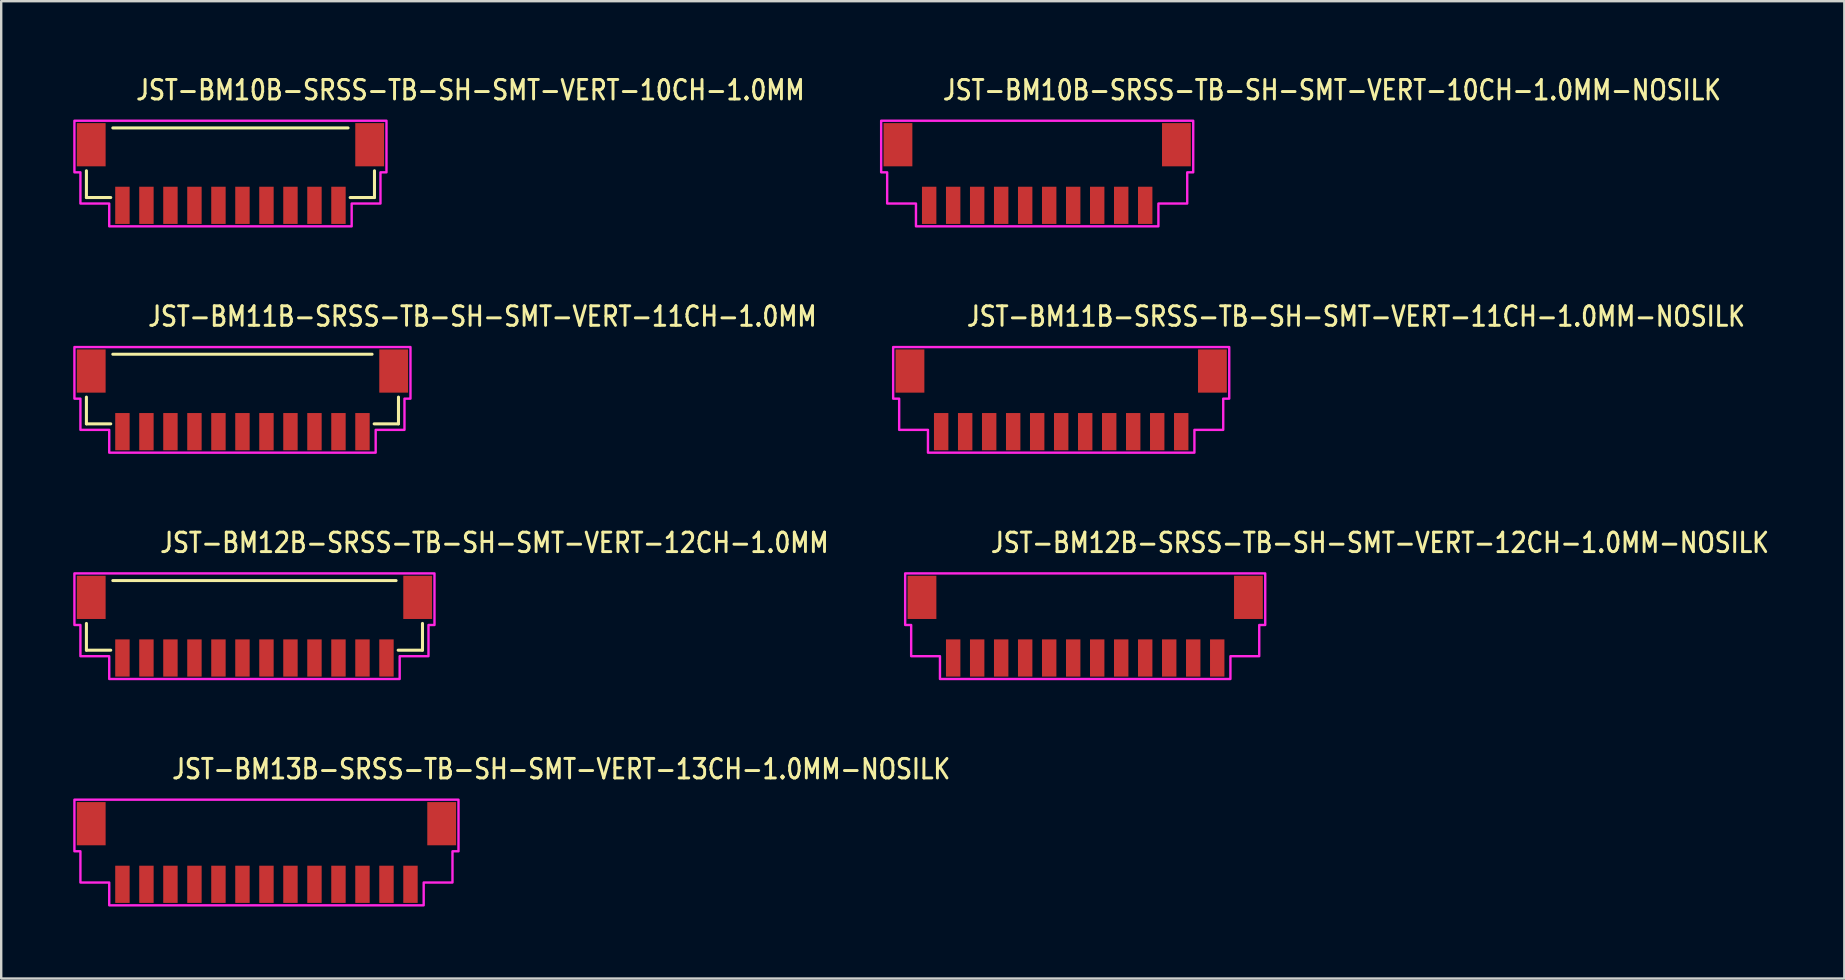
<source format=kicad_pcb>
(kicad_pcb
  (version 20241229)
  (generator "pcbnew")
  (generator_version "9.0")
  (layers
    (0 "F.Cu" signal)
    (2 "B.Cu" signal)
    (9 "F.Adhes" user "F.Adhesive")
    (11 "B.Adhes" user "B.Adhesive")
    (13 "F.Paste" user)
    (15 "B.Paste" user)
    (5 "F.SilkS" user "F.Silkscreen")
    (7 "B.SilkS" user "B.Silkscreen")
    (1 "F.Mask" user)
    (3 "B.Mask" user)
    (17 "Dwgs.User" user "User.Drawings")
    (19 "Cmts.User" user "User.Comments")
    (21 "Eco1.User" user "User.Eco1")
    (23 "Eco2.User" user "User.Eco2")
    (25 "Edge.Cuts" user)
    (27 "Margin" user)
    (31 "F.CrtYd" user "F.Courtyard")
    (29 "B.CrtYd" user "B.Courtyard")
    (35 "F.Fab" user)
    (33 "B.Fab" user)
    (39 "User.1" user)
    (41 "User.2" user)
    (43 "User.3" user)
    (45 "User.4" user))
  (footprint "JST-BM11B-SRSS-TB-SH-SMT-VERT-11CH-1.0MM"
    (layer "F.Cu")
    (at 7.05 13.607)
    (property "Reference" "JST-BM11B-SRSS-TB-SH-SMT-VERT-11CH-1.0MM" (at -4 -3 0) (unlocked yes) (layer "F.SilkS") (effects (font (size 0.813 0.695) (thickness 0.122)) (justify left bottom)))
    (fp_line (start -6.5 -0.114) (end -6.5 1) (stroke (width 0.127) (type solid)) (layer "F.SilkS"))
    (fp_line (start -6.5 1) (end -5.487 1) (stroke (width 0.127) (type solid)) (layer "F.SilkS"))
    (fp_line (start -5.4 -1.9) (end 5.4 -1.9) (stroke (width 0.127) (type solid)) (layer "F.SilkS"))
    (fp_line (start 5.487 1) (end 6.5 1) (stroke (width 0.127) (type solid)) (layer "F.SilkS"))
    (fp_line (start 6.5 1) (end 6.5 -0.114) (stroke (width 0.127) (type solid)) (layer "F.SilkS"))
    (fp_poly (pts (xy -7 -2.2) (xy -7 -0.05) (xy -6.75 -0.05) (xy -6.75 1.25) (xy -5.55 1.25) (xy -5.55 2.2) (xy 5.55 2.2) (xy 5.55 1.25) (xy 6.75 1.25) (xy 6.75 -0.05) (xy 7 -0.05) (xy 7 -2.2)) (stroke (width 0.1) (type solid)) (fill no) (layer "F.CrtYd"))
    (pad "1" smd rect (at -5 1.325) (size 0.6 1.55) (layers "F.Cu" "F.Mask" "F.Paste"))
    (pad "2" smd rect (at -4 1.325) (size 0.6 1.55) (layers "F.Cu" "F.Mask" "F.Paste"))
    (pad "3" smd rect (at -3 1.325) (size 0.6 1.55) (layers "F.Cu" "F.Mask" "F.Paste"))
    (pad "4" smd rect (at -2 1.325) (size 0.6 1.55) (layers "F.Cu" "F.Mask" "F.Paste"))
    (pad "5" smd rect (at -1 1.325) (size 0.6 1.55) (layers "F.Cu" "F.Mask" "F.Paste"))
    (pad "6" smd rect (at 0 1.325) (size 0.6 1.55) (layers "F.Cu" "F.Mask" "F.Paste"))
    (pad "7" smd rect (at 1 1.325) (size 0.6 1.55) (layers "F.Cu" "F.Mask" "F.Paste"))
    (pad "8" smd rect (at 2 1.325) (size 0.6 1.55) (layers "F.Cu" "F.Mask" "F.Paste"))
    (pad "9" smd rect (at 3 1.325) (size 0.6 1.55) (layers "F.Cu" "F.Mask" "F.Paste"))
    (pad "10" smd rect (at 4 1.325) (size 0.6 1.55) (layers "F.Cu" "F.Mask" "F.Paste"))
    (pad "11" smd rect (at 5 1.325) (size 0.6 1.55) (layers "F.Cu" "F.Mask" "F.Paste"))
    (pad "S_11" smd rect (at 6.3 -1.2) (size 1.2 1.8) (layers "F.Cu" "F.Mask" "F.Paste"))
    (pad "S_12" smd rect (at -6.3 -1.2) (size 1.2 1.8) (layers "F.Cu" "F.Mask" "F.Paste")))
  (footprint "JST-BM12B-SRSS-TB-SH-SMT-VERT-12CH-1.0MM-NOSILK"
    (layer "F.Cu")
    (at 42.158 23.036)
    (property "Reference" "JST-BM12B-SRSS-TB-SH-SMT-VERT-12CH-1.0MM-NOSILK" (at -4 -3 0) (unlocked yes) (layer "F.SilkS") (effects (font (size 0.813 0.695) (thickness 0.122)) (justify left bottom)))
    (fp_poly (pts (xy -7.5 -2.2) (xy -7.5 -0.05) (xy -7.25 -0.05) (xy -7.25 1.25) (xy -6.05 1.25) (xy -6.05 2.2) (xy 6.05 2.2) (xy 6.05 1.25) (xy 7.25 1.25) (xy 7.25 -0.05) (xy 7.5 -0.05) (xy 7.5 -2.2)) (stroke (width 0.1) (type solid)) (fill no) (layer "F.CrtYd"))
    (pad "1" smd rect (at -5.5 1.325) (size 0.6 1.55) (layers "F.Cu" "F.Mask" "F.Paste"))
    (pad "2" smd rect (at -4.5 1.325) (size 0.6 1.55) (layers "F.Cu" "F.Mask" "F.Paste"))
    (pad "3" smd rect (at -3.5 1.325) (size 0.6 1.55) (layers "F.Cu" "F.Mask" "F.Paste"))
    (pad "4" smd rect (at -2.5 1.325) (size 0.6 1.55) (layers "F.Cu" "F.Mask" "F.Paste"))
    (pad "5" smd rect (at -1.5 1.325) (size 0.6 1.55) (layers "F.Cu" "F.Mask" "F.Paste"))
    (pad "6" smd rect (at -0.5 1.325) (size 0.6 1.55) (layers "F.Cu" "F.Mask" "F.Paste"))
    (pad "7" smd rect (at 0.5 1.325) (size 0.6 1.55) (layers "F.Cu" "F.Mask" "F.Paste"))
    (pad "8" smd rect (at 1.5 1.325) (size 0.6 1.55) (layers "F.Cu" "F.Mask" "F.Paste"))
    (pad "9" smd rect (at 2.5 1.325) (size 0.6 1.55) (layers "F.Cu" "F.Mask" "F.Paste"))
    (pad "10" smd rect (at 3.5 1.325) (size 0.6 1.55) (layers "F.Cu" "F.Mask" "F.Paste"))
    (pad "11" smd rect (at 4.5 1.325) (size 0.6 1.55) (layers "F.Cu" "F.Mask" "F.Paste"))
    (pad "12" smd rect (at 5.5 1.325) (size 0.6 1.55) (layers "F.Cu" "F.Mask" "F.Paste"))
    (pad "S_12" smd rect (at 6.8 -1.2) (size 1.2 1.8) (layers "F.Cu" "F.Mask" "F.Paste"))
    (pad "S_13" smd rect (at -6.8 -1.2) (size 1.2 1.8) (layers "F.Cu" "F.Mask" "F.Paste")))
  (footprint "JST-BM13B-SRSS-TB-SH-SMT-VERT-13CH-1.0MM-NOSILK"
    (layer "F.Cu")
    (at 8.05 32.464)
    (property "Reference" "JST-BM13B-SRSS-TB-SH-SMT-VERT-13CH-1.0MM-NOSILK" (at -4 -3 0) (unlocked yes) (layer "F.SilkS") (effects (font (size 0.813 0.695) (thickness 0.122)) (justify left bottom)))
    (fp_poly (pts (xy -8 -2.2) (xy -8 -0.05) (xy -7.75 -0.05) (xy -7.75 1.25) (xy -6.55 1.25) (xy -6.55 2.2) (xy 6.55 2.2) (xy 6.55 1.25) (xy 7.75 1.25) (xy 7.75 -0.05) (xy 8 -0.05) (xy 8 -2.2)) (stroke (width 0.1) (type solid)) (fill no) (layer "F.CrtYd"))
    (pad "1" smd rect (at -6 1.325) (size 0.6 1.55) (layers "F.Cu" "F.Mask" "F.Paste"))
    (pad "2" smd rect (at -5 1.325) (size 0.6 1.55) (layers "F.Cu" "F.Mask" "F.Paste"))
    (pad "3" smd rect (at -4 1.325) (size 0.6 1.55) (layers "F.Cu" "F.Mask" "F.Paste"))
    (pad "4" smd rect (at -3 1.325) (size 0.6 1.55) (layers "F.Cu" "F.Mask" "F.Paste"))
    (pad "5" smd rect (at -2 1.325) (size 0.6 1.55) (layers "F.Cu" "F.Mask" "F.Paste"))
    (pad "6" smd rect (at -1 1.325) (size 0.6 1.55) (layers "F.Cu" "F.Mask" "F.Paste"))
    (pad "7" smd rect (at 0 1.325) (size 0.6 1.55) (layers "F.Cu" "F.Mask" "F.Paste"))
    (pad "8" smd rect (at 1 1.325) (size 0.6 1.55) (layers "F.Cu" "F.Mask" "F.Paste"))
    (pad "9" smd rect (at 2 1.325) (size 0.6 1.55) (layers "F.Cu" "F.Mask" "F.Paste"))
    (pad "10" smd rect (at 3 1.325) (size 0.6 1.55) (layers "F.Cu" "F.Mask" "F.Paste"))
    (pad "11" smd rect (at 4 1.325) (size 0.6 1.55) (layers "F.Cu" "F.Mask" "F.Paste"))
    (pad "12" smd rect (at 5 1.325) (size 0.6 1.55) (layers "F.Cu" "F.Mask" "F.Paste"))
    (pad "13" smd rect (at 6 1.325) (size 0.6 1.55) (layers "F.Cu" "F.Mask" "F.Paste"))
    (pad "S_13" smd rect (at 7.3 -1.2) (size 1.2 1.8) (layers "F.Cu" "F.Mask" "F.Paste"))
    (pad "S_14" smd rect (at -7.3 -1.2) (size 1.2 1.8) (layers "F.Cu" "F.Mask" "F.Paste")))
  (footprint "JST-BM10B-SRSS-TB-SH-SMT-VERT-10CH-1.0MM-NOSILK"
    (layer "F.Cu")
    (at 40.158 4.179)
    (property "Reference" "JST-BM10B-SRSS-TB-SH-SMT-VERT-10CH-1.0MM-NOSILK" (at -4 -3 0) (unlocked yes) (layer "F.SilkS") (effects (font (size 0.813 0.695) (thickness 0.122)) (justify left bottom)))
    (fp_poly (pts (xy -6.5 -2.2) (xy -6.5 -0.05) (xy -6.25 -0.05) (xy -6.25 1.25) (xy -5.05 1.25) (xy -5.05 2.2) (xy 5.05 2.2) (xy 5.05 1.25) (xy 6.25 1.25) (xy 6.25 -0.05) (xy 6.5 -0.05) (xy 6.5 -2.2)) (stroke (width 0.1) (type solid)) (fill no) (layer "F.CrtYd"))
    (pad "1" smd rect (at -4.5 1.325) (size 0.6 1.55) (layers "F.Cu" "F.Mask" "F.Paste"))
    (pad "2" smd rect (at -3.5 1.325) (size 0.6 1.55) (layers "F.Cu" "F.Mask" "F.Paste"))
    (pad "3" smd rect (at -2.5 1.325) (size 0.6 1.55) (layers "F.Cu" "F.Mask" "F.Paste"))
    (pad "4" smd rect (at -1.5 1.325) (size 0.6 1.55) (layers "F.Cu" "F.Mask" "F.Paste"))
    (pad "5" smd rect (at -0.5 1.325) (size 0.6 1.55) (layers "F.Cu" "F.Mask" "F.Paste"))
    (pad "6" smd rect (at 0.5 1.325) (size 0.6 1.55) (layers "F.Cu" "F.Mask" "F.Paste"))
    (pad "7" smd rect (at 1.5 1.325) (size 0.6 1.55) (layers "F.Cu" "F.Mask" "F.Paste"))
    (pad "8" smd rect (at 2.5 1.325) (size 0.6 1.55) (layers "F.Cu" "F.Mask" "F.Paste"))
    (pad "9" smd rect (at 3.5 1.325) (size 0.6 1.55) (layers "F.Cu" "F.Mask" "F.Paste"))
    (pad "10" smd rect (at 4.5 1.325) (size 0.6 1.55) (layers "F.Cu" "F.Mask" "F.Paste"))
    (pad "S_10" smd rect (at 5.8 -1.2) (size 1.2 1.8) (layers "F.Cu" "F.Mask" "F.Paste"))
    (pad "S_11" smd rect (at -5.8 -1.2) (size 1.2 1.8) (layers "F.Cu" "F.Mask" "F.Paste")))
  (footprint "JST-BM12B-SRSS-TB-SH-SMT-VERT-12CH-1.0MM"
    (layer "F.Cu")
    (at 7.55 23.036)
    (property "Reference" "JST-BM12B-SRSS-TB-SH-SMT-VERT-12CH-1.0MM" (at -4 -3 0) (unlocked yes) (layer "F.SilkS") (effects (font (size 0.813 0.695) (thickness 0.122)) (justify left bottom)))
    (fp_line (start -7 -0.114) (end -7 1) (stroke (width 0.127) (type solid)) (layer "F.SilkS"))
    (fp_line (start -7 1) (end -5.987 1) (stroke (width 0.127) (type solid)) (layer "F.SilkS"))
    (fp_line (start -5.9 -1.9) (end 5.9 -1.9) (stroke (width 0.127) (type solid)) (layer "F.SilkS"))
    (fp_line (start 5.987 1) (end 7 1) (stroke (width 0.127) (type solid)) (layer "F.SilkS"))
    (fp_line (start 7 1) (end 7 -0.114) (stroke (width 0.127) (type solid)) (layer "F.SilkS"))
    (fp_poly (pts (xy -7.5 -2.2) (xy -7.5 -0.05) (xy -7.25 -0.05) (xy -7.25 1.25) (xy -6.05 1.25) (xy -6.05 2.2) (xy 6.05 2.2) (xy 6.05 1.25) (xy 7.25 1.25) (xy 7.25 -0.05) (xy 7.5 -0.05) (xy 7.5 -2.2)) (stroke (width 0.1) (type solid)) (fill no) (layer "F.CrtYd"))
    (pad "1" smd rect (at -5.5 1.325) (size 0.6 1.55) (layers "F.Cu" "F.Mask" "F.Paste"))
    (pad "2" smd rect (at -4.5 1.325) (size 0.6 1.55) (layers "F.Cu" "F.Mask" "F.Paste"))
    (pad "3" smd rect (at -3.5 1.325) (size 0.6 1.55) (layers "F.Cu" "F.Mask" "F.Paste"))
    (pad "4" smd rect (at -2.5 1.325) (size 0.6 1.55) (layers "F.Cu" "F.Mask" "F.Paste"))
    (pad "5" smd rect (at -1.5 1.325) (size 0.6 1.55) (layers "F.Cu" "F.Mask" "F.Paste"))
    (pad "6" smd rect (at -0.5 1.325) (size 0.6 1.55) (layers "F.Cu" "F.Mask" "F.Paste"))
    (pad "7" smd rect (at 0.5 1.325) (size 0.6 1.55) (layers "F.Cu" "F.Mask" "F.Paste"))
    (pad "8" smd rect (at 1.5 1.325) (size 0.6 1.55) (layers "F.Cu" "F.Mask" "F.Paste"))
    (pad "9" smd rect (at 2.5 1.325) (size 0.6 1.55) (layers "F.Cu" "F.Mask" "F.Paste"))
    (pad "10" smd rect (at 3.5 1.325) (size 0.6 1.55) (layers "F.Cu" "F.Mask" "F.Paste"))
    (pad "11" smd rect (at 4.5 1.325) (size 0.6 1.55) (layers "F.Cu" "F.Mask" "F.Paste"))
    (pad "12" smd rect (at 5.5 1.325) (size 0.6 1.55) (layers "F.Cu" "F.Mask" "F.Paste"))
    (pad "S_12" smd rect (at 6.8 -1.2) (size 1.2 1.8) (layers "F.Cu" "F.Mask" "F.Paste"))
    (pad "S_13" smd rect (at -6.8 -1.2) (size 1.2 1.8) (layers "F.Cu" "F.Mask" "F.Paste")))
  (footprint "JST-BM10B-SRSS-TB-SH-SMT-VERT-10CH-1.0MM"
    (layer "F.Cu")
    (at 6.55 4.179)
    (property "Reference" "JST-BM10B-SRSS-TB-SH-SMT-VERT-10CH-1.0MM" (at -4 -3 0) (unlocked yes) (layer "F.SilkS") (effects (font (size 0.813 0.695) (thickness 0.122)) (justify left bottom)))
    (fp_line (start -6 -0.114) (end -6 1) (stroke (width 0.127) (type solid)) (layer "F.SilkS"))
    (fp_line (start -6 1) (end -4.987 1) (stroke (width 0.127) (type solid)) (layer "F.SilkS"))
    (fp_line (start -4.9 -1.9) (end 4.9 -1.9) (stroke (width 0.127) (type solid)) (layer "F.SilkS"))
    (fp_line (start 4.987 1) (end 6 1) (stroke (width 0.127) (type solid)) (layer "F.SilkS"))
    (fp_line (start 6 1) (end 6 -0.114) (stroke (width 0.127) (type solid)) (layer "F.SilkS"))
    (fp_poly (pts (xy -6.5 -2.2) (xy -6.5 -0.05) (xy -6.25 -0.05) (xy -6.25 1.25) (xy -5.05 1.25) (xy -5.05 2.2) (xy 5.05 2.2) (xy 5.05 1.25) (xy 6.25 1.25) (xy 6.25 -0.05) (xy 6.5 -0.05) (xy 6.5 -2.2)) (stroke (width 0.1) (type solid)) (fill no) (layer "F.CrtYd"))
    (pad "1" smd rect (at -4.5 1.325) (size 0.6 1.55) (layers "F.Cu" "F.Mask" "F.Paste"))
    (pad "2" smd rect (at -3.5 1.325) (size 0.6 1.55) (layers "F.Cu" "F.Mask" "F.Paste"))
    (pad "3" smd rect (at -2.5 1.325) (size 0.6 1.55) (layers "F.Cu" "F.Mask" "F.Paste"))
    (pad "4" smd rect (at -1.5 1.325) (size 0.6 1.55) (layers "F.Cu" "F.Mask" "F.Paste"))
    (pad "5" smd rect (at -0.5 1.325) (size 0.6 1.55) (layers "F.Cu" "F.Mask" "F.Paste"))
    (pad "6" smd rect (at 0.5 1.325) (size 0.6 1.55) (layers "F.Cu" "F.Mask" "F.Paste"))
    (pad "7" smd rect (at 1.5 1.325) (size 0.6 1.55) (layers "F.Cu" "F.Mask" "F.Paste"))
    (pad "8" smd rect (at 2.5 1.325) (size 0.6 1.55) (layers "F.Cu" "F.Mask" "F.Paste"))
    (pad "9" smd rect (at 3.5 1.325) (size 0.6 1.55) (layers "F.Cu" "F.Mask" "F.Paste"))
    (pad "10" smd rect (at 4.5 1.325) (size 0.6 1.55) (layers "F.Cu" "F.Mask" "F.Paste"))
    (pad "S_10" smd rect (at 5.8 -1.2) (size 1.2 1.8) (layers "F.Cu" "F.Mask" "F.Paste"))
    (pad "S_11" smd rect (at -5.8 -1.2) (size 1.2 1.8) (layers "F.Cu" "F.Mask" "F.Paste")))
  (footprint "JST-BM11B-SRSS-TB-SH-SMT-VERT-11CH-1.0MM-NOSILK"
    (layer "F.Cu")
    (at 41.158 13.607)
    (property "Reference" "JST-BM11B-SRSS-TB-SH-SMT-VERT-11CH-1.0MM-NOSILK" (at -4 -3 0) (unlocked yes) (layer "F.SilkS") (effects (font (size 0.813 0.695) (thickness 0.122)) (justify left bottom)))
    (fp_poly (pts (xy -7 -2.2) (xy -7 -0.05) (xy -6.75 -0.05) (xy -6.75 1.25) (xy -5.55 1.25) (xy -5.55 2.2) (xy 5.55 2.2) (xy 5.55 1.25) (xy 6.75 1.25) (xy 6.75 -0.05) (xy 7 -0.05) (xy 7 -2.2)) (stroke (width 0.1) (type solid)) (fill no) (layer "F.CrtYd"))
    (pad "1" smd rect (at -5 1.325) (size 0.6 1.55) (layers "F.Cu" "F.Mask" "F.Paste"))
    (pad "2" smd rect (at -4 1.325) (size 0.6 1.55) (layers "F.Cu" "F.Mask" "F.Paste"))
    (pad "3" smd rect (at -3 1.325) (size 0.6 1.55) (layers "F.Cu" "F.Mask" "F.Paste"))
    (pad "4" smd rect (at -2 1.325) (size 0.6 1.55) (layers "F.Cu" "F.Mask" "F.Paste"))
    (pad "5" smd rect (at -1 1.325) (size 0.6 1.55) (layers "F.Cu" "F.Mask" "F.Paste"))
    (pad "6" smd rect (at 0 1.325) (size 0.6 1.55) (layers "F.Cu" "F.Mask" "F.Paste"))
    (pad "7" smd rect (at 1 1.325) (size 0.6 1.55) (layers "F.Cu" "F.Mask" "F.Paste"))
    (pad "8" smd rect (at 2 1.325) (size 0.6 1.55) (layers "F.Cu" "F.Mask" "F.Paste"))
    (pad "9" smd rect (at 3 1.325) (size 0.6 1.55) (layers "F.Cu" "F.Mask" "F.Paste"))
    (pad "10" smd rect (at 4 1.325) (size 0.6 1.55) (layers "F.Cu" "F.Mask" "F.Paste"))
    (pad "11" smd rect (at 5 1.325) (size 0.6 1.55) (layers "F.Cu" "F.Mask" "F.Paste"))
    (pad "S_11" smd rect (at 6.3 -1.2) (size 1.2 1.8) (layers "F.Cu" "F.Mask" "F.Paste"))
    (pad "S_12" smd rect (at -6.3 -1.2) (size 1.2 1.8) (layers "F.Cu" "F.Mask" "F.Paste")))
  (gr_rect
    (start -3 -3)
    (end 73.782 37.714)
    (stroke (width 0.1) (type default))
    (fill no)
    (layer "Edge.Cuts")))
</source>
